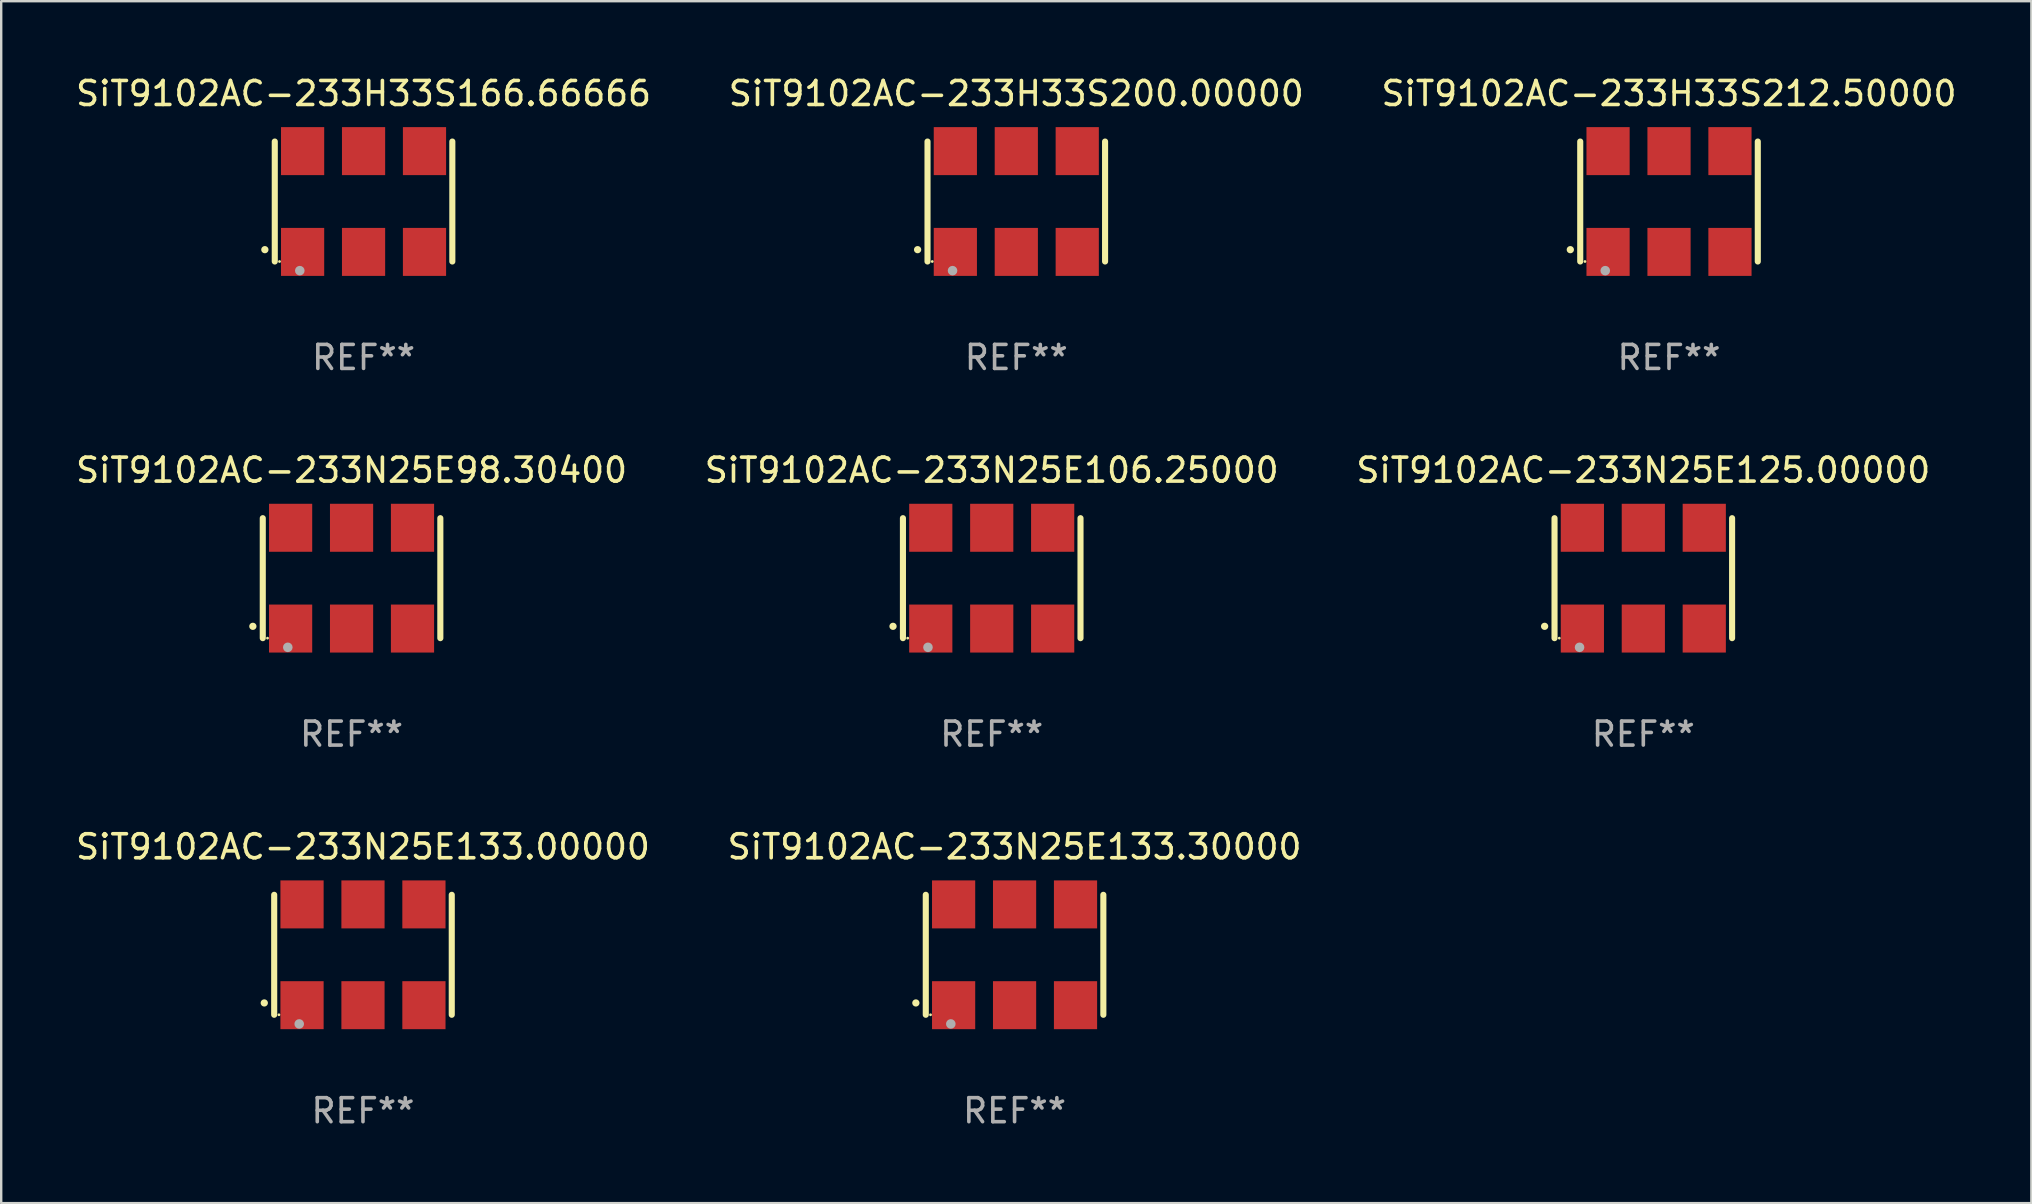
<source format=kicad_pcb>
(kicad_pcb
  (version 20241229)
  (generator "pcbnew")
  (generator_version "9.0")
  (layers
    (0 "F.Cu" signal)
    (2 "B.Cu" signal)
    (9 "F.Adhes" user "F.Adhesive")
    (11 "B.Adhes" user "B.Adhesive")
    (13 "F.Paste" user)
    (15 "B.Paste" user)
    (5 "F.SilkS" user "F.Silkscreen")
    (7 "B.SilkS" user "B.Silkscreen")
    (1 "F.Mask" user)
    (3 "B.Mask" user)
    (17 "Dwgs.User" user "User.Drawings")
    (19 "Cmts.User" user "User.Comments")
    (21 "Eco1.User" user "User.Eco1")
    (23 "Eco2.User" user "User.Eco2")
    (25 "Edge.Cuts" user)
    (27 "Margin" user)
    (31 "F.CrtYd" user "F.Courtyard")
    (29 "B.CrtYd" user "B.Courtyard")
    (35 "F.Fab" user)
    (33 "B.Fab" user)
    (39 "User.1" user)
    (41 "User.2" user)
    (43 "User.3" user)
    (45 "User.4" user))
  (footprint "SiT9102AC-233N25E106.25000"
    (layer "F.Cu")
    (at 38.28 21.045)
    (property "Reference" "SiT9102AC-233N25E106.25000" (at 0 -4.5 0) (layer "F.SilkS") (effects (font (size 1 1) (thickness 0.15))))
    (attr through_hole)
    (fp_line (start -3.7 -2.5) (end -3.7 2.5) (stroke (width 0.254) (type solid)) (layer "F.SilkS"))
    (fp_line (start 3.7 -2.5) (end 3.7 2.5) (stroke (width 0.254) (type solid)) (layer "F.SilkS"))
    (fp_arc (start -4.114415 2.006604) (mid -4.113145 2.006599) (end -4.111875 2.006604) (stroke (width 0.3) (type solid)) (layer "F.SilkS"))
    (fp_circle (center -3.502 2.5) (end -3.472 2.5) (stroke (width 0.06) (type solid)) (fill no) (layer "F.SilkS"))
    (fp_circle (center -2.657 2.882) (end -2.557 2.882) (stroke (width 0.2) (type solid)) (fill no) (layer "F.Fab"))
    (fp_text user "REF**" (at 0 6.5 0) (layer "F.Fab") (effects (font (size 1 1) (thickness 0.15))))
    (pad "1" smd rect (at -2.54 2.1) (size 1.8 2) (layers "F.Cu" "F.Mask" "F.Paste"))
    (pad "2" smd rect (at 0.000394 2.1) (size 1.8 2) (layers "F.Cu" "F.Mask" "F.Paste"))
    (pad "3" smd rect (at 2.54 2.1) (size 1.8 2) (layers "F.Cu" "F.Mask" "F.Paste"))
    (pad "4" smd rect (at 2.54 -2.1) (size 1.8 2) (layers "F.Cu" "F.Mask" "F.Paste"))
    (pad "5" smd rect (at 0.000394 -2.1) (size 1.8 2) (layers "F.Cu" "F.Mask" "F.Paste"))
    (pad "6" smd rect (at -2.54 -2.1) (size 1.8 2) (layers "F.Cu" "F.Mask" "F.Paste")))
  (footprint "SiT9102AC-233H33S166.66666"
    (layer "F.Cu")
    (at 12.101 5.348)
    (property "Reference" "SiT9102AC-233H33S166.66666" (at 0 -4.5 0) (layer "F.SilkS") (effects (font (size 1 1) (thickness 0.15))))
    (attr through_hole)
    (fp_line (start -3.7 -2.5) (end -3.7 2.5) (stroke (width 0.254) (type solid)) (layer "F.SilkS"))
    (fp_line (start 3.7 -2.5) (end 3.7 2.5) (stroke (width 0.254) (type solid)) (layer "F.SilkS"))
    (fp_arc (start -4.114415 2.006604) (mid -4.113145 2.006599) (end -4.111875 2.006604) (stroke (width 0.3) (type solid)) (layer "F.SilkS"))
    (fp_circle (center -3.502 2.5) (end -3.472 2.5) (stroke (width 0.06) (type solid)) (fill no) (layer "F.SilkS"))
    (fp_circle (center -2.657 2.882) (end -2.557 2.882) (stroke (width 0.2) (type solid)) (fill no) (layer "F.Fab"))
    (fp_text user "REF**" (at 0 6.5 0) (layer "F.Fab") (effects (font (size 1 1) (thickness 0.15))))
    (pad "1" smd rect (at -2.54 2.1) (size 1.8 2) (layers "F.Cu" "F.Mask" "F.Paste"))
    (pad "2" smd rect (at 0.000394 2.1) (size 1.8 2) (layers "F.Cu" "F.Mask" "F.Paste"))
    (pad "3" smd rect (at 2.54 2.1) (size 1.8 2) (layers "F.Cu" "F.Mask" "F.Paste"))
    (pad "4" smd rect (at 2.54 -2.1) (size 1.8 2) (layers "F.Cu" "F.Mask" "F.Paste"))
    (pad "5" smd rect (at 0.000394 -2.1) (size 1.8 2) (layers "F.Cu" "F.Mask" "F.Paste"))
    (pad "6" smd rect (at -2.54 -2.1) (size 1.8 2) (layers "F.Cu" "F.Mask" "F.Paste")))
  (footprint "SiT9102AC-233H33S200.00000"
    (layer "F.Cu")
    (at 39.304 5.348)
    (property "Reference" "SiT9102AC-233H33S200.00000" (at 0 -4.5 0) (layer "F.SilkS") (effects (font (size 1 1) (thickness 0.15))))
    (attr through_hole)
    (fp_line (start -3.7 -2.5) (end -3.7 2.5) (stroke (width 0.254) (type solid)) (layer "F.SilkS"))
    (fp_line (start 3.7 -2.5) (end 3.7 2.5) (stroke (width 0.254) (type solid)) (layer "F.SilkS"))
    (fp_arc (start -4.114415 2.006604) (mid -4.113145 2.006599) (end -4.111875 2.006604) (stroke (width 0.3) (type solid)) (layer "F.SilkS"))
    (fp_circle (center -3.502 2.5) (end -3.472 2.5) (stroke (width 0.06) (type solid)) (fill no) (layer "F.SilkS"))
    (fp_circle (center -2.657 2.882) (end -2.557 2.882) (stroke (width 0.2) (type solid)) (fill no) (layer "F.Fab"))
    (fp_text user "REF**" (at 0 6.5 0) (layer "F.Fab") (effects (font (size 1 1) (thickness 0.15))))
    (pad "1" smd rect (at -2.54 2.1) (size 1.8 2) (layers "F.Cu" "F.Mask" "F.Paste"))
    (pad "2" smd rect (at 0.000394 2.1) (size 1.8 2) (layers "F.Cu" "F.Mask" "F.Paste"))
    (pad "3" smd rect (at 2.54 2.1) (size 1.8 2) (layers "F.Cu" "F.Mask" "F.Paste"))
    (pad "4" smd rect (at 2.54 -2.1) (size 1.8 2) (layers "F.Cu" "F.Mask" "F.Paste"))
    (pad "5" smd rect (at 0.000394 -2.1) (size 1.8 2) (layers "F.Cu" "F.Mask" "F.Paste"))
    (pad "6" smd rect (at -2.54 -2.1) (size 1.8 2) (layers "F.Cu" "F.Mask" "F.Paste")))
  (footprint "SiT9102AC-233N25E98.30400"
    (layer "F.Cu")
    (at 11.601 21.045)
    (property "Reference" "SiT9102AC-233N25E98.30400" (at 0 -4.5 0) (layer "F.SilkS") (effects (font (size 1 1) (thickness 0.15))))
    (attr through_hole)
    (fp_line (start -3.7 -2.5) (end -3.7 2.5) (stroke (width 0.254) (type solid)) (layer "F.SilkS"))
    (fp_line (start 3.7 -2.5) (end 3.7 2.5) (stroke (width 0.254) (type solid)) (layer "F.SilkS"))
    (fp_arc (start -4.114415 2.006604) (mid -4.113145 2.006599) (end -4.111875 2.006604) (stroke (width 0.3) (type solid)) (layer "F.SilkS"))
    (fp_circle (center -3.502 2.5) (end -3.472 2.5) (stroke (width 0.06) (type solid)) (fill no) (layer "F.SilkS"))
    (fp_circle (center -2.657 2.882) (end -2.557 2.882) (stroke (width 0.2) (type solid)) (fill no) (layer "F.Fab"))
    (fp_text user "REF**" (at 0 6.5 0) (layer "F.Fab") (effects (font (size 1 1) (thickness 0.15))))
    (pad "1" smd rect (at -2.54 2.1) (size 1.8 2) (layers "F.Cu" "F.Mask" "F.Paste"))
    (pad "2" smd rect (at 0.000394 2.1) (size 1.8 2) (layers "F.Cu" "F.Mask" "F.Paste"))
    (pad "3" smd rect (at 2.54 2.1) (size 1.8 2) (layers "F.Cu" "F.Mask" "F.Paste"))
    (pad "4" smd rect (at 2.54 -2.1) (size 1.8 2) (layers "F.Cu" "F.Mask" "F.Paste"))
    (pad "5" smd rect (at 0.000394 -2.1) (size 1.8 2) (layers "F.Cu" "F.Mask" "F.Paste"))
    (pad "6" smd rect (at -2.54 -2.1) (size 1.8 2) (layers "F.Cu" "F.Mask" "F.Paste")))
  (footprint "SiT9102AC-233N25E133.00000"
    (layer "F.Cu")
    (at 12.077 36.741)
    (property "Reference" "SiT9102AC-233N25E133.00000" (at 0 -4.5 0) (layer "F.SilkS") (effects (font (size 1 1) (thickness 0.15))))
    (attr through_hole)
    (fp_line (start -3.7 -2.5) (end -3.7 2.5) (stroke (width 0.254) (type solid)) (layer "F.SilkS"))
    (fp_line (start 3.7 -2.5) (end 3.7 2.5) (stroke (width 0.254) (type solid)) (layer "F.SilkS"))
    (fp_arc (start -4.114415 2.006604) (mid -4.113145 2.006599) (end -4.111875 2.006604) (stroke (width 0.3) (type solid)) (layer "F.SilkS"))
    (fp_circle (center -3.502 2.5) (end -3.472 2.5) (stroke (width 0.06) (type solid)) (fill no) (layer "F.SilkS"))
    (fp_circle (center -2.657 2.882) (end -2.557 2.882) (stroke (width 0.2) (type solid)) (fill no) (layer "F.Fab"))
    (fp_text user "REF**" (at 0 6.5 0) (layer "F.Fab") (effects (font (size 1 1) (thickness 0.15))))
    (pad "1" smd rect (at -2.54 2.1) (size 1.8 2) (layers "F.Cu" "F.Mask" "F.Paste"))
    (pad "2" smd rect (at 0.000394 2.1) (size 1.8 2) (layers "F.Cu" "F.Mask" "F.Paste"))
    (pad "3" smd rect (at 2.54 2.1) (size 1.8 2) (layers "F.Cu" "F.Mask" "F.Paste"))
    (pad "4" smd rect (at 2.54 -2.1) (size 1.8 2) (layers "F.Cu" "F.Mask" "F.Paste"))
    (pad "5" smd rect (at 0.000394 -2.1) (size 1.8 2) (layers "F.Cu" "F.Mask" "F.Paste"))
    (pad "6" smd rect (at -2.54 -2.1) (size 1.8 2) (layers "F.Cu" "F.Mask" "F.Paste")))
  (footprint "SiT9102AC-233H33S212.50000"
    (layer "F.Cu")
    (at 66.506 5.348)
    (property "Reference" "SiT9102AC-233H33S212.50000" (at 0 -4.5 0) (layer "F.SilkS") (effects (font (size 1 1) (thickness 0.15))))
    (attr through_hole)
    (fp_line (start -3.7 -2.5) (end -3.7 2.5) (stroke (width 0.254) (type solid)) (layer "F.SilkS"))
    (fp_line (start 3.7 -2.5) (end 3.7 2.5) (stroke (width 0.254) (type solid)) (layer "F.SilkS"))
    (fp_arc (start -4.114415 2.006604) (mid -4.113145 2.006599) (end -4.111875 2.006604) (stroke (width 0.3) (type solid)) (layer "F.SilkS"))
    (fp_circle (center -3.502 2.5) (end -3.472 2.5) (stroke (width 0.06) (type solid)) (fill no) (layer "F.SilkS"))
    (fp_circle (center -2.657 2.882) (end -2.557 2.882) (stroke (width 0.2) (type solid)) (fill no) (layer "F.Fab"))
    (fp_text user "REF**" (at 0 6.5 0) (layer "F.Fab") (effects (font (size 1 1) (thickness 0.15))))
    (pad "1" smd rect (at -2.54 2.1) (size 1.8 2) (layers "F.Cu" "F.Mask" "F.Paste"))
    (pad "2" smd rect (at 0.000394 2.1) (size 1.8 2) (layers "F.Cu" "F.Mask" "F.Paste"))
    (pad "3" smd rect (at 2.54 2.1) (size 1.8 2) (layers "F.Cu" "F.Mask" "F.Paste"))
    (pad "4" smd rect (at 2.54 -2.1) (size 1.8 2) (layers "F.Cu" "F.Mask" "F.Paste"))
    (pad "5" smd rect (at 0.000394 -2.1) (size 1.8 2) (layers "F.Cu" "F.Mask" "F.Paste"))
    (pad "6" smd rect (at -2.54 -2.1) (size 1.8 2) (layers "F.Cu" "F.Mask" "F.Paste")))
  (footprint "SiT9102AC-233N25E125.00000"
    (layer "F.Cu")
    (at 65.435 21.045)
    (property "Reference" "SiT9102AC-233N25E125.00000" (at 0 -4.5 0) (layer "F.SilkS") (effects (font (size 1 1) (thickness 0.15))))
    (attr through_hole)
    (fp_line (start -3.7 -2.5) (end -3.7 2.5) (stroke (width 0.254) (type solid)) (layer "F.SilkS"))
    (fp_line (start 3.7 -2.5) (end 3.7 2.5) (stroke (width 0.254) (type solid)) (layer "F.SilkS"))
    (fp_arc (start -4.114415 2.006604) (mid -4.113145 2.006599) (end -4.111875 2.006604) (stroke (width 0.3) (type solid)) (layer "F.SilkS"))
    (fp_circle (center -3.502 2.5) (end -3.472 2.5) (stroke (width 0.06) (type solid)) (fill no) (layer "F.SilkS"))
    (fp_circle (center -2.657 2.882) (end -2.557 2.882) (stroke (width 0.2) (type solid)) (fill no) (layer "F.Fab"))
    (fp_text user "REF**" (at 0 6.5 0) (layer "F.Fab") (effects (font (size 1 1) (thickness 0.15))))
    (pad "1" smd rect (at -2.54 2.1) (size 1.8 2) (layers "F.Cu" "F.Mask" "F.Paste"))
    (pad "2" smd rect (at 0.000394 2.1) (size 1.8 2) (layers "F.Cu" "F.Mask" "F.Paste"))
    (pad "3" smd rect (at 2.54 2.1) (size 1.8 2) (layers "F.Cu" "F.Mask" "F.Paste"))
    (pad "4" smd rect (at 2.54 -2.1) (size 1.8 2) (layers "F.Cu" "F.Mask" "F.Paste"))
    (pad "5" smd rect (at 0.000394 -2.1) (size 1.8 2) (layers "F.Cu" "F.Mask" "F.Paste"))
    (pad "6" smd rect (at -2.54 -2.1) (size 1.8 2) (layers "F.Cu" "F.Mask" "F.Paste")))
  (footprint "SiT9102AC-233N25E133.30000"
    (layer "F.Cu")
    (at 39.232 36.741)
    (property "Reference" "SiT9102AC-233N25E133.30000" (at 0 -4.5 0) (layer "F.SilkS") (effects (font (size 1 1) (thickness 0.15))))
    (attr through_hole)
    (fp_line (start -3.7 -2.5) (end -3.7 2.5) (stroke (width 0.254) (type solid)) (layer "F.SilkS"))
    (fp_line (start 3.7 -2.5) (end 3.7 2.5) (stroke (width 0.254) (type solid)) (layer "F.SilkS"))
    (fp_arc (start -4.114415 2.006604) (mid -4.113145 2.006599) (end -4.111875 2.006604) (stroke (width 0.3) (type solid)) (layer "F.SilkS"))
    (fp_circle (center -3.502 2.5) (end -3.472 2.5) (stroke (width 0.06) (type solid)) (fill no) (layer "F.SilkS"))
    (fp_circle (center -2.657 2.882) (end -2.557 2.882) (stroke (width 0.2) (type solid)) (fill no) (layer "F.Fab"))
    (fp_text user "REF**" (at 0 6.5 0) (layer "F.Fab") (effects (font (size 1 1) (thickness 0.15))))
    (pad "1" smd rect (at -2.54 2.1) (size 1.8 2) (layers "F.Cu" "F.Mask" "F.Paste"))
    (pad "2" smd rect (at 0.000394 2.1) (size 1.8 2) (layers "F.Cu" "F.Mask" "F.Paste"))
    (pad "3" smd rect (at 2.54 2.1) (size 1.8 2) (layers "F.Cu" "F.Mask" "F.Paste"))
    (pad "4" smd rect (at 2.54 -2.1) (size 1.8 2) (layers "F.Cu" "F.Mask" "F.Paste"))
    (pad "5" smd rect (at 0.000394 -2.1) (size 1.8 2) (layers "F.Cu" "F.Mask" "F.Paste"))
    (pad "6" smd rect (at -2.54 -2.1) (size 1.8 2) (layers "F.Cu" "F.Mask" "F.Paste")))
  (gr_rect
    (start -3 -3)
    (end 81.607 47.09)
    (stroke (width 0.1) (type default))
    (fill no)
    (layer "Edge.Cuts")))
</source>
